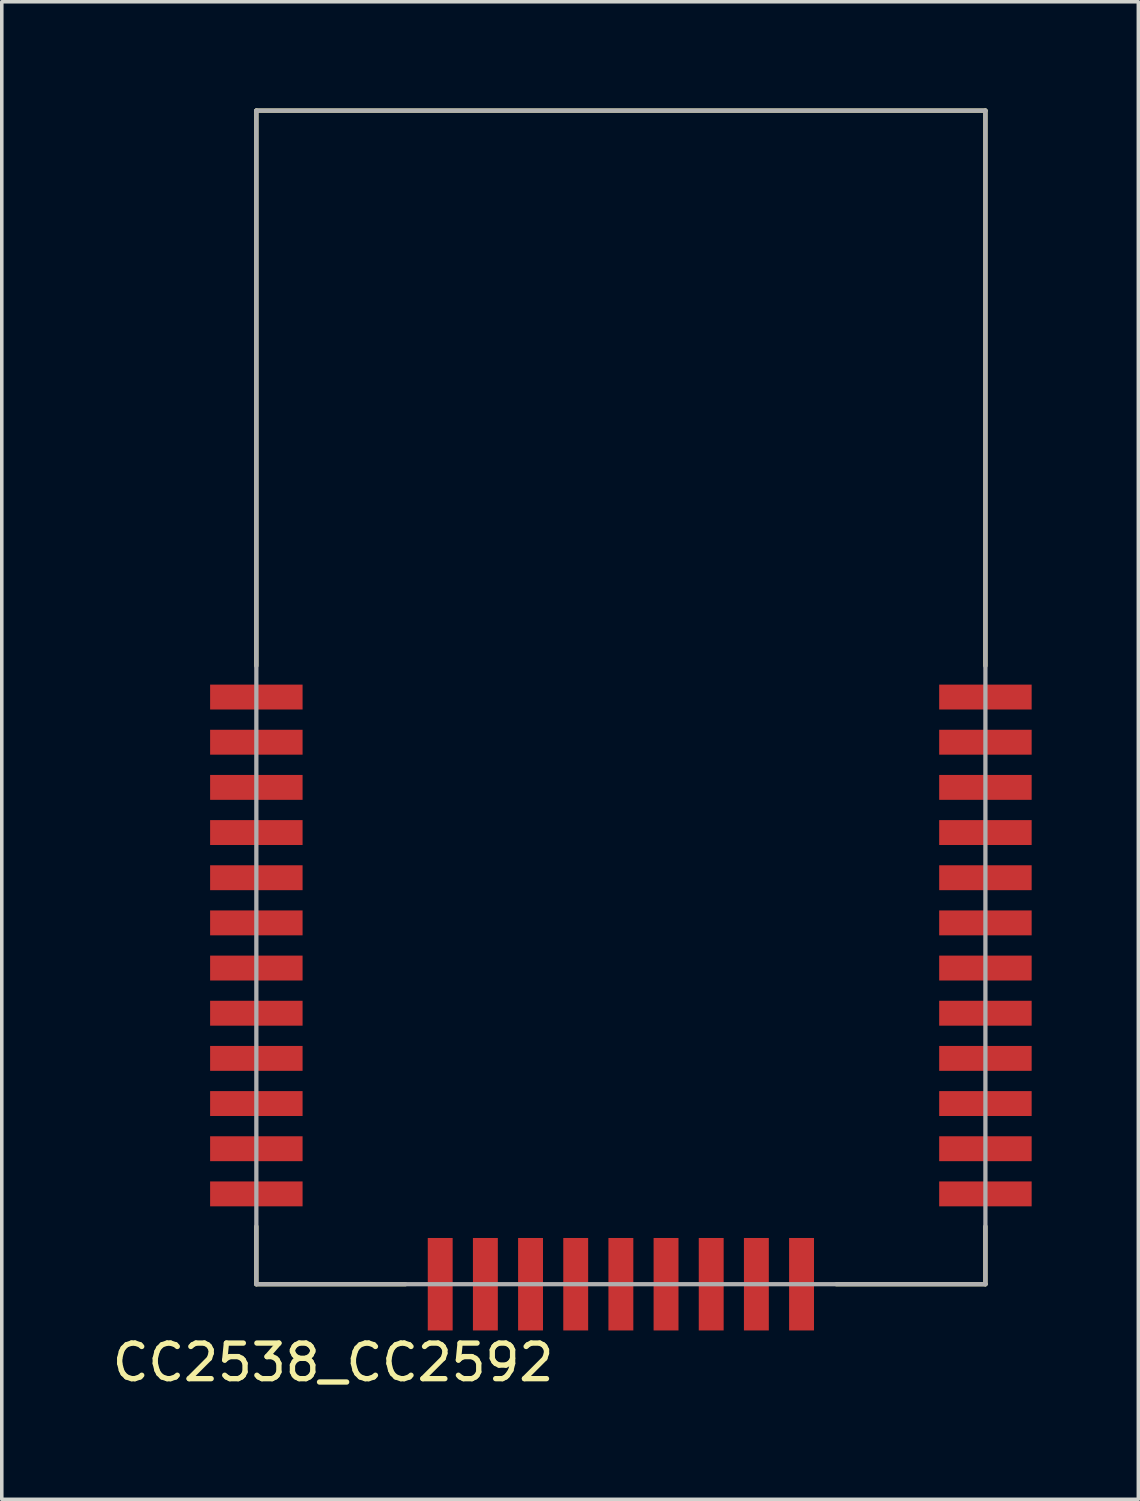
<source format=kicad_pcb>
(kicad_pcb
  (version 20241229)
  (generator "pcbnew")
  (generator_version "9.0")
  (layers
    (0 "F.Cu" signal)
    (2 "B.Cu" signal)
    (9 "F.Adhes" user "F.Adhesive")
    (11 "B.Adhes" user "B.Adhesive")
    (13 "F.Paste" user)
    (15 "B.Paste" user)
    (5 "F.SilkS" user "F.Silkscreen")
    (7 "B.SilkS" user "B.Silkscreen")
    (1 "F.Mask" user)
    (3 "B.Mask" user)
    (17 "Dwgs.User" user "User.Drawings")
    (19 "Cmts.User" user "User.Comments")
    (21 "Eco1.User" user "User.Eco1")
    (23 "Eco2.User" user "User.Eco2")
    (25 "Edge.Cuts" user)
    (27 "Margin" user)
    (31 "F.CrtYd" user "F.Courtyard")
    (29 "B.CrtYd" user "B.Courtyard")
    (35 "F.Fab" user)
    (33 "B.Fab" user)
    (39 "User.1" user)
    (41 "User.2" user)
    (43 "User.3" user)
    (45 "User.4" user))
  (footprint "CC2538_CC2592"
    (layer "F.Cu")
    (at 14.408 33.06)
    (property "Reference" "CC2538_CC2592" (at -8.092 2.2 0) (layer "F.SilkS") (effects (font (size 1 1) (thickness 0.15))))
    (attr smd)
    (fp_line (start -10.25 -33) (end -10.25 -17.386) (stroke (width 0.12) (type solid)) (layer "F.SilkS"))
    (fp_line (start -10.25 -33) (end 10.25 -33) (stroke (width 0.12) (type solid)) (layer "F.SilkS"))
    (fp_line (start -10.25 0) (end -10.25 -1.626) (stroke (width 0.12) (type solid)) (layer "F.SilkS"))
    (fp_line (start -10.25 0) (end -6.058 0) (stroke (width 0.12) (type solid)) (layer "F.SilkS"))
    (fp_line (start 6.058 0) (end 10.25 0) (stroke (width 0.12) (type solid)) (layer "F.SilkS"))
    (fp_line (start 10.25 -33) (end 10.25 -17.386) (stroke (width 0.12) (type solid)) (layer "F.SilkS"))
    (fp_line (start 10.25 0) (end 10.25 -1.626) (stroke (width 0.12) (type solid)) (layer "F.SilkS"))
    (fp_line (start -10.25 -33) (end -10.25 0) (stroke (width 0.12) (type solid)) (layer "F.Fab"))
    (fp_line (start -10.25 -33) (end 10.25 -33) (stroke (width 0.12) (type solid)) (layer "F.Fab"))
    (fp_line (start -10.25 0) (end 10.25 0) (stroke (width 0.12) (type solid)) (layer "F.Fab"))
    (fp_line (start 10.25 -33) (end 10.25 0) (stroke (width 0.12) (type solid)) (layer "F.Fab"))
    (pad "1" smd rect (at -10.25 -16.51 90) (size 0.7 2.6) (layers "F.Cu" "F.Mask" "F.Paste"))
    (pad "2" smd rect (at -10.25 -15.24 90) (size 0.7 2.6) (layers "F.Cu" "F.Mask" "F.Paste"))
    (pad "3" smd rect (at -10.25 -13.97 90) (size 0.7 2.6) (layers "F.Cu" "F.Mask" "F.Paste"))
    (pad "4" smd rect (at -10.25 -12.7 90) (size 0.7 2.6) (layers "F.Cu" "F.Mask" "F.Paste"))
    (pad "5" smd rect (at -10.25 -11.43 90) (size 0.7 2.6) (layers "F.Cu" "F.Mask" "F.Paste"))
    (pad "6" smd rect (at -10.25 -10.16 90) (size 0.7 2.6) (layers "F.Cu" "F.Mask" "F.Paste"))
    (pad "7" smd rect (at -10.25 -8.89 90) (size 0.7 2.6) (layers "F.Cu" "F.Mask" "F.Paste"))
    (pad "8" smd rect (at -10.25 -7.62 90) (size 0.7 2.6) (layers "F.Cu" "F.Mask" "F.Paste"))
    (pad "9" smd rect (at -10.25 -6.35 90) (size 0.7 2.6) (layers "F.Cu" "F.Mask" "F.Paste"))
    (pad "10" smd rect (at -10.25 -5.08 90) (size 0.7 2.6) (layers "F.Cu" "F.Mask" "F.Paste"))
    (pad "11" smd rect (at -10.25 -3.81 90) (size 0.7 2.6) (layers "F.Cu" "F.Mask" "F.Paste"))
    (pad "12" smd rect (at -10.25 -2.54 90) (size 0.7 2.6) (layers "F.Cu" "F.Mask" "F.Paste"))
    (pad "13" smd rect (at -5.08 0 180) (size 0.7 2.6) (layers "F.Cu" "F.Mask" "F.Paste"))
    (pad "14" smd rect (at -3.81 0 180) (size 0.7 2.6) (layers "F.Cu" "F.Mask" "F.Paste"))
    (pad "15" smd rect (at -2.54 0 180) (size 0.7 2.6) (layers "F.Cu" "F.Mask" "F.Paste"))
    (pad "16" smd rect (at -1.27 0 180) (size 0.7 2.6) (layers "F.Cu" "F.Mask" "F.Paste"))
    (pad "17" smd rect (at 0 0 180) (size 0.7 2.6) (layers "F.Cu" "F.Mask" "F.Paste"))
    (pad "18" smd rect (at 1.27 0 180) (size 0.7 2.6) (layers "F.Cu" "F.Mask" "F.Paste"))
    (pad "19" smd rect (at 2.54 0 180) (size 0.7 2.6) (layers "F.Cu" "F.Mask" "F.Paste"))
    (pad "20" smd rect (at 3.81 0 180) (size 0.7 2.6) (layers "F.Cu" "F.Mask" "F.Paste"))
    (pad "21" smd rect (at 5.08 0 180) (size 0.7 2.6) (layers "F.Cu" "F.Mask" "F.Paste"))
    (pad "22" smd rect (at 10.25 -2.54 90) (size 0.7 2.6) (layers "F.Cu" "F.Mask" "F.Paste"))
    (pad "23" smd rect (at 10.25 -3.81 90) (size 0.7 2.6) (layers "F.Cu" "F.Mask" "F.Paste"))
    (pad "24" smd rect (at 10.25 -5.08 90) (size 0.7 2.6) (layers "F.Cu" "F.Mask" "F.Paste"))
    (pad "25" smd rect (at 10.25 -6.35 90) (size 0.7 2.6) (layers "F.Cu" "F.Mask" "F.Paste"))
    (pad "26" smd rect (at 10.25 -7.62 90) (size 0.7 2.6) (layers "F.Cu" "F.Mask" "F.Paste"))
    (pad "27" smd rect (at 10.25 -8.89 90) (size 0.7 2.6) (layers "F.Cu" "F.Mask" "F.Paste"))
    (pad "28" smd rect (at 10.25 -10.16 90) (size 0.7 2.6) (layers "F.Cu" "F.Mask" "F.Paste"))
    (pad "29" smd rect (at 10.25 -11.43 90) (size 0.7 2.6) (layers "F.Cu" "F.Mask" "F.Paste"))
    (pad "30" smd rect (at 10.25 -12.7 90) (size 0.7 2.6) (layers "F.Cu" "F.Mask" "F.Paste"))
    (pad "31" smd rect (at 10.25 -13.97 90) (size 0.7 2.6) (layers "F.Cu" "F.Mask" "F.Paste"))
    (pad "32" smd rect (at 10.25 -15.24 90) (size 0.7 2.6) (layers "F.Cu" "F.Mask" "F.Paste"))
    (pad "33" smd rect (at 10.25 -16.51 90) (size 0.7 2.6) (layers "F.Cu" "F.Mask" "F.Paste")))
  (gr_rect
    (start -3 -3)
    (end 28.958 39.108)
    (stroke (width 0.1) (type default))
    (fill no)
    (layer "Edge.Cuts")))
</source>
